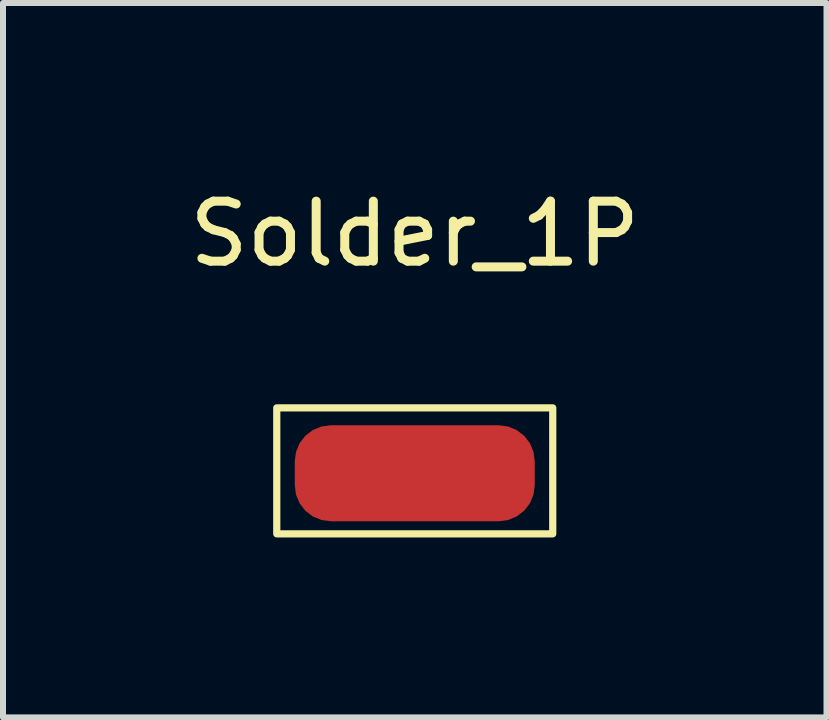
<source format=kicad_pcb>
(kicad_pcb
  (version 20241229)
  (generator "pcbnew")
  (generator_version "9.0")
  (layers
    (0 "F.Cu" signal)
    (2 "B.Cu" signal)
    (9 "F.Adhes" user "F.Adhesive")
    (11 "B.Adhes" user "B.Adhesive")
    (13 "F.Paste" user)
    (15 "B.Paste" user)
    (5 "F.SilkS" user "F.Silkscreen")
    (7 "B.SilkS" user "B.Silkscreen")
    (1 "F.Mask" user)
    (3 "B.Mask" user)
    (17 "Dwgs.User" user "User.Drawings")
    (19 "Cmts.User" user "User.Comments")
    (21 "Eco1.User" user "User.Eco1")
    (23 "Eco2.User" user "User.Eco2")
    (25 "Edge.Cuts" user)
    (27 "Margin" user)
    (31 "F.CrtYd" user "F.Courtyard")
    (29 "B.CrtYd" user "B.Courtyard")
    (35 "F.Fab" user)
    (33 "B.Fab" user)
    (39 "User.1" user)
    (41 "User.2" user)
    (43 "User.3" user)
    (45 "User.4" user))
  (footprint "Solder_1P"
    (layer "F.Cu")
    (at 3.863 4.838)
    (property "Reference" "Solder_1P" (at 0 -3.99 0) (layer "F.SilkS") (effects (font (size 1 1) (thickness 0.15))))
    (attr smd)
    (fp_rect (start -2.3 -1.09) (end 2.3 1.01) (stroke (width 0.12) (type solid)) (fill no) (layer "F.SilkS"))
    (pad "1" smd roundrect (at 0 0) (size 4 1.6) (layers "F.Cu" "F.Mask" "F.Paste") (roundrect_rratio 0.375)))
  (gr_rect
    (start -3 -3)
    (end 10.726 8.908)
    (stroke (width 0.1) (type default))
    (fill no)
    (layer "Edge.Cuts")))
</source>
